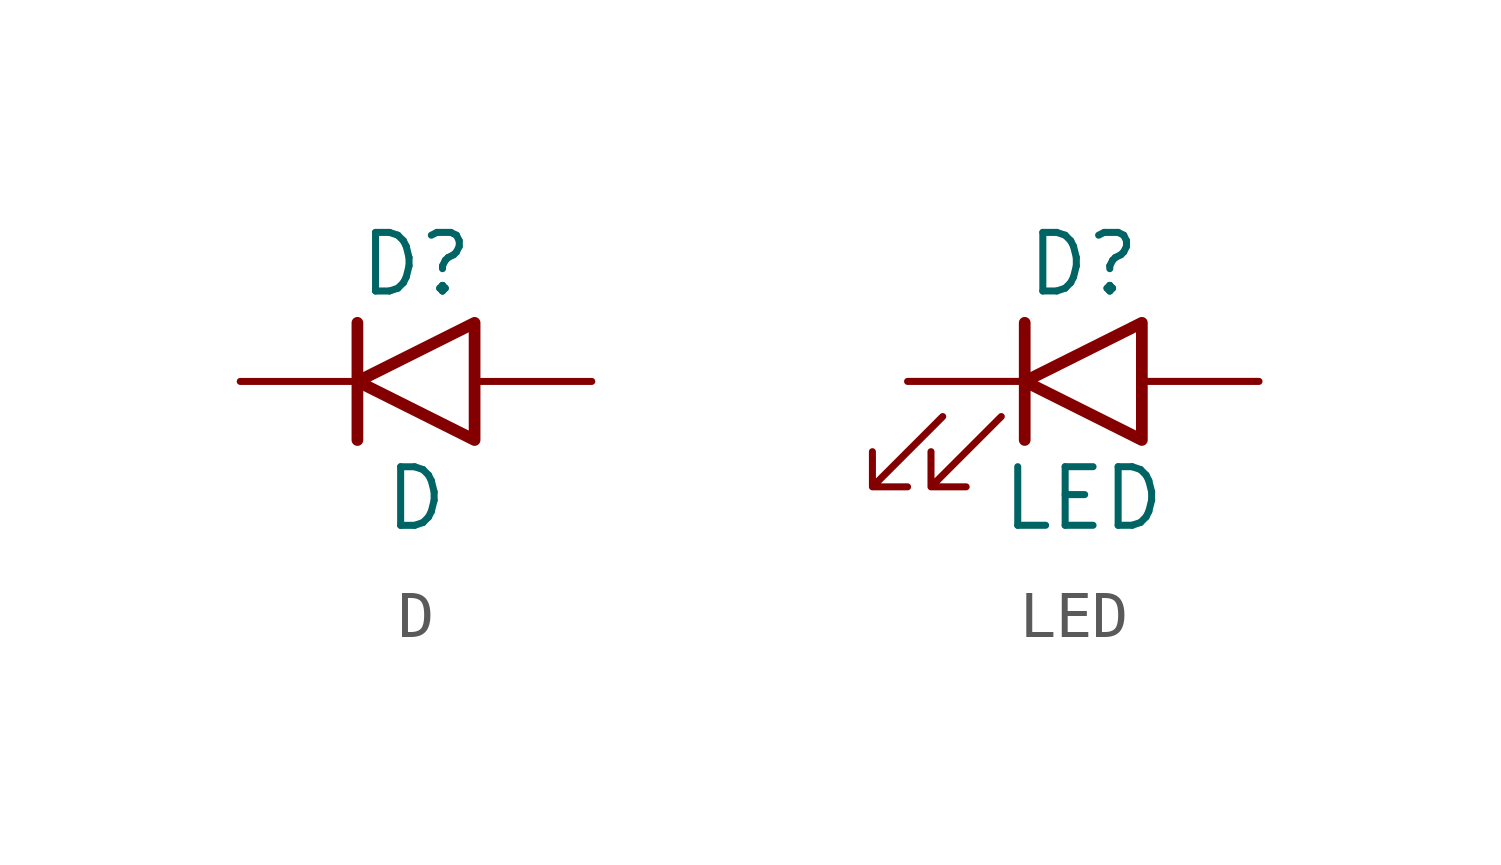
<source format=kicad_sym>
(kicad_symbol_lib
  (version 20241209)
  (generator "kicad_symbol_editor")
  (generator_version "9.0")
  (symbol "D"
    (pin_numbers
      (hide yes))
    (pin_names
      (offset 1.016)
      (hide yes))
    (property "Reference" "D"
      (at 0 2.54 0)
      (effects (font (size 1.27 1.27))))
    (property "Value" "D"
      (at 0 -2.54 0)
      (effects (font (size 1.27 1.27))))
    (symbol "D_0_1"
      (polyline (pts (xy -1.27 1.27) (xy -1.27 -1.27)) (stroke (width 0.254) (type default)) (fill (type none)))
      (polyline (pts (xy 1.27 1.27) (xy 1.27 -1.27) (xy -1.27 0) (xy 1.27 1.27)) (stroke (width 0.254) (type default)) (fill (type none))))
    (symbol "D_1_1"
      (pin passive line (at -3.81 0 0) (length 2.54) (name "K" (effects (font (size 1.27 1.27)))) (number "1" (effects (font (size 1.27 1.27)))))
      (pin passive line (at 3.81 0 180) (length 2.54) (name "A" (effects (font (size 1.27 1.27)))) (number "2" (effects (font (size 1.27 1.27)))))))
  (symbol "LED"
    (pin_numbers
      (hide yes))
    (pin_names
      (offset 1.016)
      (hide yes))
    (property "Reference" "D"
      (at 0 2.54 0)
      (effects (font (size 1.27 1.27))))
    (property "Value" "LED"
      (at 0 -2.54 0)
      (effects (font (size 1.27 1.27))))
    (symbol "LED_0_1"
      (polyline (pts (xy -3.048 -0.762) (xy -4.572 -2.286) (xy -3.81 -2.286) (xy -4.572 -2.286) (xy -4.572 -1.524)) (stroke (width 0) (type default)) (fill (type none)))
      (polyline (pts (xy -1.778 -0.762) (xy -3.302 -2.286) (xy -2.54 -2.286) (xy -3.302 -2.286) (xy -3.302 -1.524)) (stroke (width 0) (type default)) (fill (type none)))
      (polyline (pts (xy -1.27 -1.27) (xy -1.27 1.27)) (stroke (width 0.254) (type default)) (fill (type none)))
      (polyline (pts (xy 1.27 -1.27) (xy 1.27 1.27) (xy -1.27 0) (xy 1.27 -1.27)) (stroke (width 0.254) (type default)) (fill (type none))))
    (symbol "LED_1_1"
      (pin passive line (at -3.81 0 0) (length 2.54) (name "K" (effects (font (size 1.27 1.27)))) (number "1" (effects (font (size 1.27 1.27)))))
      (pin passive line (at 3.81 0 180) (length 2.54) (name "A" (effects (font (size 1.27 1.27)))) (number "2" (effects (font (size 1.27 1.27))))))))
</source>
